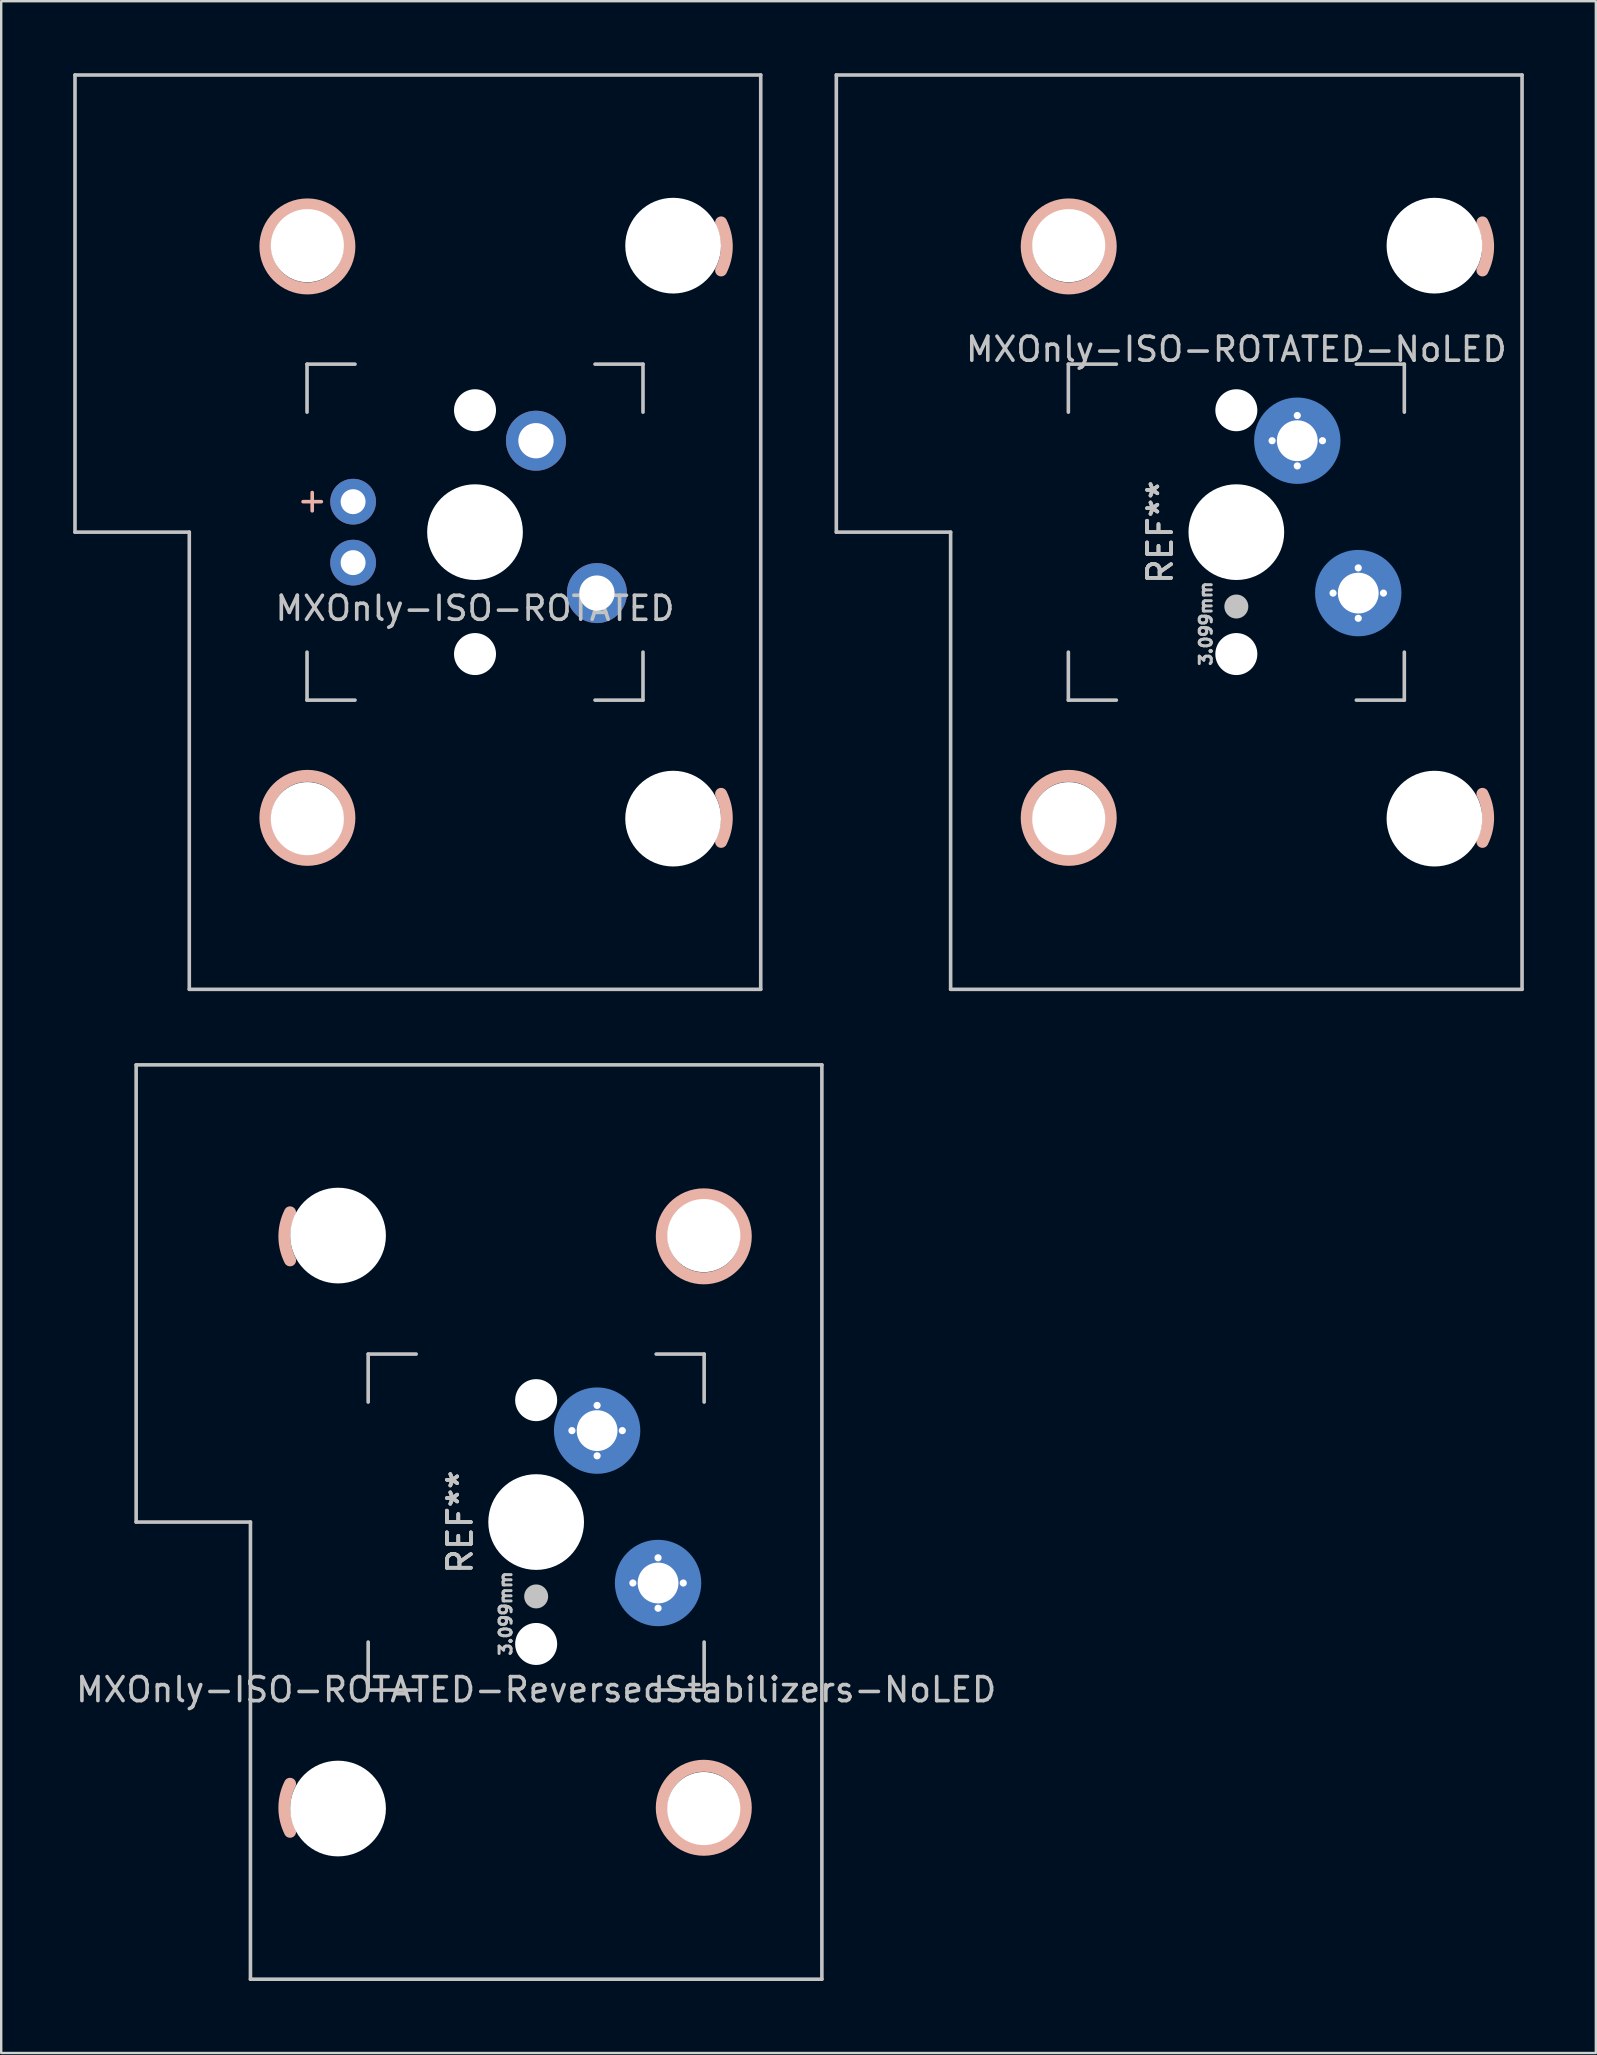
<source format=kicad_pcb>
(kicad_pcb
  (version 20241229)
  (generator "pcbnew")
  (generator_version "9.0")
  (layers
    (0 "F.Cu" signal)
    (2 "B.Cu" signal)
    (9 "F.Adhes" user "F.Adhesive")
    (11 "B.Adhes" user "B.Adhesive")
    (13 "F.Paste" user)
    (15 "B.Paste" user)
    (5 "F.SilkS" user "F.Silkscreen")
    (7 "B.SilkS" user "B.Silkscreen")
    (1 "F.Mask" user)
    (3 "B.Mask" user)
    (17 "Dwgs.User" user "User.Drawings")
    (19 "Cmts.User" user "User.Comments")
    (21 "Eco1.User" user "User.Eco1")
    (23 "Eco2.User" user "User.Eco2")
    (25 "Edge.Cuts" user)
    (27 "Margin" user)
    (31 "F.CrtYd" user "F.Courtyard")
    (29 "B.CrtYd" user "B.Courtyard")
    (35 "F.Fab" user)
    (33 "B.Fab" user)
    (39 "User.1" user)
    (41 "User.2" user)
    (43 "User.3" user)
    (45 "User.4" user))
  (footprint "MXOnly-ISO-ROTATED-NoLED"
    (layer "F.Cu")
    (at 48.469 19.125)
    (property "Reference" "MXOnly-ISO-ROTATED-NoLED" (at 0 -7.62 180) (layer "Dwgs.User") (effects (font (size 1 1) (thickness 0.15))))
    (attr through_hole)
    (fp_arc (start 10.255 -12.90625) (mid 10.491068 -11.906837) (end 10.255525 -10.907301) (stroke (width 0.5) (type solid)) (layer "B.SilkS"))
    (fp_arc (start 10.255 10.90625) (mid 10.491068 11.905663) (end 10.255525 12.905199) (stroke (width 0.5) (type solid)) (layer "B.SilkS"))
    (fp_circle (center -6.985 -11.906) (end -6.985 -13.656) (stroke (width 0.5) (type solid)) (fill no) (layer "B.SilkS"))
    (fp_circle (center -6.985 11.906) (end -6.985 10.156) (stroke (width 0.5) (type solid)) (fill no) (layer "B.SilkS"))
    (fp_line (start -16.669 -19.05) (end -16.669 0) (stroke (width 0.15) (type solid)) (layer "Dwgs.User"))
    (fp_line (start -16.669 -19.05) (end 11.906 -19.05) (stroke (width 0.15) (type solid)) (layer "Dwgs.User"))
    (fp_line (start -11.906 0) (end -16.669 0) (stroke (width 0.15) (type solid)) (layer "Dwgs.User"))
    (fp_line (start -11.906 19.05) (end -11.906 0) (stroke (width 0.15) (type solid)) (layer "Dwgs.User"))
    (fp_line (start -11.906 19.05) (end 11.906 19.05) (stroke (width 0.15) (type solid)) (layer "Dwgs.User"))
    (fp_line (start -7 -7) (end -7 -5) (stroke (width 0.15) (type solid)) (layer "Dwgs.User"))
    (fp_line (start -7 5) (end -7 7) (stroke (width 0.15) (type solid)) (layer "Dwgs.User"))
    (fp_line (start -7 7) (end -5 7) (stroke (width 0.15) (type solid)) (layer "Dwgs.User"))
    (fp_line (start -5 -7) (end -7 -7) (stroke (width 0.15) (type solid)) (layer "Dwgs.User"))
    (fp_line (start 7 -7) (end 5 -7) (stroke (width 0.15) (type solid)) (layer "Dwgs.User"))
    (fp_line (start 7 -5) (end 7 -7) (stroke (width 0.15) (type solid)) (layer "Dwgs.User"))
    (fp_line (start 7 5) (end 7 7) (stroke (width 0.15) (type solid)) (layer "Dwgs.User"))
    (fp_line (start 7 7) (end 5 7) (stroke (width 0.15) (type solid)) (layer "Dwgs.User"))
    (fp_line (start 11.906 -19.05) (end 11.906 19.05) (stroke (width 0.15) (type solid)) (layer "Dwgs.User"))
    (fp_text user "REF**" (at -3.175 0 270) (layer "Dwgs.User") (effects (font (size 1 1) (thickness 0.15))))
    (fp_text user "REF**" (at -3.175 0 270) (layer "Dwgs.User") (effects (font (size 1 1) (thickness 0.15))))
    (fp_text user "3.099mm" (at -1.27 3.81 270) (layer "Dwgs.User") (effects (font (size 0.5 0.5) (thickness 0.125))))
    (fp_text user "REF**" (at -3.175 0 270) (layer "Dwgs.User") (effects (font (size 1 1) (thickness 0.15))))
    (pad "" np_thru_hole circle (at -6.985 -11.938 180) (size 3.048 3.048) (drill 3.048) (layers "*.Cu" "*.Mask"))
    (pad "" np_thru_hole circle (at -6.985 11.938 180) (size 3.048 3.048) (drill 3.048) (layers "*.Cu" "*.Mask"))
    (pad "" np_thru_hole circle (at 0 -5.08 318.1) (size 1.75 1.75) (drill 1.75) (layers "*.Cu" "*.Mask"))
    (pad "" np_thru_hole circle (at 0 0 270) (size 3.988 3.988) (drill 3.988) (layers "*.Cu" "*.Mask"))
    (pad "" smd circle (at 0 3.099 270) (size 1 1) (layers "Dwgs.User"))
    (pad "" np_thru_hole circle (at 0 5.08 318.1) (size 1.75 1.75) (drill 1.75) (layers "*.Cu" "*.Mask"))
    (pad "" smd circle (at 2.54 -3.81 270) (size 3.2 3.2) (layers "B.Mask"))
    (pad "" smd circle (at 5.08 2.54 270) (size 3.2 3.2) (layers "B.Mask"))
    (pad "" np_thru_hole circle (at 8.255 -11.938 180) (size 3.988 3.988) (drill 3.988) (layers "*.Cu" "*.Mask"))
    (pad "" np_thru_hole circle (at 8.255 11.938 180) (size 3.988 3.988) (drill 3.988) (layers "*.Cu" "*.Mask"))
    (pad "1" thru_hole circle (at 1.49 -3.81 90) (size 0.4 0.4) (drill 0.3) (layers "*.Cu" "B.Mask"))
    (pad "1" thru_hole circle (at 2.54 -4.86) (size 0.4 0.4) (drill 0.3) (layers "*.Cu" "B.Mask"))
    (pad "1" thru_hole circle (at 2.54 -3.81 270) (size 2.5 2.5) (drill 1.7) (layers "*.Cu"))
    (pad "1" connect circle (at 2.54 -3.81 270) (size 3.6 3.6) (layers "B.Cu"))
    (pad "1" thru_hole circle (at 2.54 -2.76 180) (size 0.4 0.4) (drill 0.3) (layers "*.Cu" "B.Mask"))
    (pad "1" thru_hole circle (at 3.59 -3.81 270) (size 0.4 0.4) (drill 0.3) (layers "*.Cu" "B.Mask"))
    (pad "2" thru_hole circle (at 4.03 2.54 90) (size 0.4 0.4) (drill 0.3) (layers "*.Cu" "B.Mask"))
    (pad "2" thru_hole circle (at 5.08 1.49) (size 0.4 0.4) (drill 0.3) (layers "*.Cu" "B.Mask"))
    (pad "2" thru_hole circle (at 5.08 2.54 270) (size 2.5 2.5) (drill 1.7) (layers "*.Cu"))
    (pad "2" connect circle (at 5.08 2.54 270) (size 3.6 3.6) (layers "B.Cu"))
    (pad "2" thru_hole circle (at 5.08 3.59 180) (size 0.4 0.4) (drill 0.3) (layers "*.Cu" "B.Mask"))
    (pad "2" thru_hole circle (at 6.13 2.54 270) (size 0.4 0.4) (drill 0.3) (layers "*.Cu" "B.Mask")))
  (footprint "MXOnly-ISO-ROTATED-ReversedStabilizers-NoLED"
    (layer "F.Cu")
    (at 19.292 60.375)
    (property "Reference" "MXOnly-ISO-ROTATED-ReversedStabilizers-NoLED" (at 0 6.985 0) (layer "Dwgs.User") (effects (font (size 1 1) (thickness 0.15))))
    (attr through_hole)
    (fp_arc (start -10.255 -10.90625) (mid -10.491068 -11.905663) (end -10.255525 -12.905199) (stroke (width 0.5) (type solid)) (layer "B.SilkS"))
    (fp_arc (start -10.255 12.90625) (mid -10.491068 11.906837) (end -10.255525 10.907301) (stroke (width 0.5) (type solid)) (layer "B.SilkS"))
    (fp_circle (center 6.985 -11.906) (end 6.985 -10.156) (stroke (width 0.5) (type solid)) (fill no) (layer "B.SilkS"))
    (fp_circle (center 6.985 11.906) (end 6.985 13.656) (stroke (width 0.5) (type solid)) (fill no) (layer "B.SilkS"))
    (fp_line (start -16.669 -19.05) (end -16.669 0) (stroke (width 0.15) (type solid)) (layer "Dwgs.User"))
    (fp_line (start -16.669 -19.05) (end 11.906 -19.05) (stroke (width 0.15) (type solid)) (layer "Dwgs.User"))
    (fp_line (start -11.906 0) (end -16.669 0) (stroke (width 0.15) (type solid)) (layer "Dwgs.User"))
    (fp_line (start -11.906 19.05) (end -11.906 0) (stroke (width 0.15) (type solid)) (layer "Dwgs.User"))
    (fp_line (start -11.906 19.05) (end 11.906 19.05) (stroke (width 0.15) (type solid)) (layer "Dwgs.User"))
    (fp_line (start -7 -7) (end -7 -5) (stroke (width 0.15) (type solid)) (layer "Dwgs.User"))
    (fp_line (start -7 5) (end -7 7) (stroke (width 0.15) (type solid)) (layer "Dwgs.User"))
    (fp_line (start -7 7) (end -5 7) (stroke (width 0.15) (type solid)) (layer "Dwgs.User"))
    (fp_line (start -5 -7) (end -7 -7) (stroke (width 0.15) (type solid)) (layer "Dwgs.User"))
    (fp_line (start 7 -7) (end 5 -7) (stroke (width 0.15) (type solid)) (layer "Dwgs.User"))
    (fp_line (start 7 -5) (end 7 -7) (stroke (width 0.15) (type solid)) (layer "Dwgs.User"))
    (fp_line (start 7 5) (end 7 7) (stroke (width 0.15) (type solid)) (layer "Dwgs.User"))
    (fp_line (start 7 7) (end 5 7) (stroke (width 0.15) (type solid)) (layer "Dwgs.User"))
    (fp_line (start 11.906 -19.05) (end 11.906 19.05) (stroke (width 0.15) (type solid)) (layer "Dwgs.User"))
    (fp_text user "REF**" (at -3.175 0 270) (layer "Dwgs.User") (effects (font (size 1 1) (thickness 0.15))))
    (fp_text user "REF**" (at -3.175 0 270) (layer "Dwgs.User") (effects (font (size 1 1) (thickness 0.15))))
    (fp_text user "REF**" (at -3.175 0 270) (layer "Dwgs.User") (effects (font (size 1 1) (thickness 0.15))))
    (fp_text user "3.099mm" (at -1.27 3.81 270) (layer "Dwgs.User") (effects (font (size 0.5 0.5) (thickness 0.125))))
    (pad "" np_thru_hole circle (at -8.255 -11.938) (size 3.988 3.988) (drill 3.988) (layers "*.Cu" "*.Mask"))
    (pad "" np_thru_hole circle (at -8.255 11.938) (size 3.988 3.988) (drill 3.988) (layers "*.Cu" "*.Mask"))
    (pad "" np_thru_hole circle (at 0 -5.08 318.1) (size 1.75 1.75) (drill 1.75) (layers "*.Cu" "*.Mask"))
    (pad "" np_thru_hole circle (at 0 0 270) (size 3.988 3.988) (drill 3.988) (layers "*.Cu" "*.Mask"))
    (pad "" smd circle (at 0 3.099 270) (size 1 1) (layers "Dwgs.User"))
    (pad "" np_thru_hole circle (at 0 5.08 318.1) (size 1.75 1.75) (drill 1.75) (layers "*.Cu" "*.Mask"))
    (pad "" smd circle (at 2.54 -3.81 270) (size 3.2 3.2) (layers "B.Mask"))
    (pad "" smd circle (at 5.08 2.54 270) (size 3.2 3.2) (layers "B.Mask"))
    (pad "" np_thru_hole circle (at 6.985 -11.938) (size 3.048 3.048) (drill 3.048) (layers "*.Cu" "*.Mask"))
    (pad "" np_thru_hole circle (at 6.985 11.938) (size 3.048 3.048) (drill 3.048) (layers "*.Cu" "*.Mask"))
    (pad "1" thru_hole circle (at 1.49 -3.81 90) (size 0.4 0.4) (drill 0.3) (layers "*.Cu" "B.Mask"))
    (pad "1" thru_hole circle (at 2.54 -4.86) (size 0.4 0.4) (drill 0.3) (layers "*.Cu" "B.Mask"))
    (pad "1" thru_hole circle (at 2.54 -3.81 270) (size 2.5 2.5) (drill 1.7) (layers "*.Cu"))
    (pad "1" connect circle (at 2.54 -3.81 270) (size 3.6 3.6) (layers "B.Cu"))
    (pad "1" thru_hole circle (at 2.54 -2.76 180) (size 0.4 0.4) (drill 0.3) (layers "*.Cu" "B.Mask"))
    (pad "1" thru_hole circle (at 3.59 -3.81 270) (size 0.4 0.4) (drill 0.3) (layers "*.Cu" "B.Mask"))
    (pad "2" thru_hole circle (at 4.03 2.54 90) (size 0.4 0.4) (drill 0.3) (layers "*.Cu" "B.Mask"))
    (pad "2" thru_hole circle (at 5.08 1.49) (size 0.4 0.4) (drill 0.3) (layers "*.Cu" "B.Mask"))
    (pad "2" thru_hole circle (at 5.08 2.54 270) (size 2.5 2.5) (drill 1.7) (layers "*.Cu"))
    (pad "2" connect circle (at 5.08 2.54 270) (size 3.6 3.6) (layers "B.Cu"))
    (pad "2" thru_hole circle (at 5.08 3.59 180) (size 0.4 0.4) (drill 0.3) (layers "*.Cu" "B.Mask"))
    (pad "2" thru_hole circle (at 6.13 2.54 270) (size 0.4 0.4) (drill 0.3) (layers "*.Cu" "B.Mask")))
  (footprint "MXOnly-ISO-ROTATED"
    (layer "F.Cu")
    (at 16.744 19.125)
    (property "Reference" "MXOnly-ISO-ROTATED" (at 0 3.175 0) (layer "Dwgs.User") (effects (font (size 1 1) (thickness 0.15))))
    (attr through_hole)
    (fp_arc (start 10.255 -12.90625) (mid 10.491068 -11.906837) (end 10.255525 -10.907301) (stroke (width 0.5) (type solid)) (layer "B.SilkS"))
    (fp_arc (start 10.255 10.90625) (mid 10.491068 11.905663) (end 10.255525 12.905199) (stroke (width 0.5) (type solid)) (layer "B.SilkS"))
    (fp_circle (center -6.985 -11.906) (end -6.985 -13.656) (stroke (width 0.5) (type solid)) (fill no) (layer "B.SilkS"))
    (fp_circle (center -6.985 11.906) (end -6.985 10.156) (stroke (width 0.5) (type solid)) (fill no) (layer "B.SilkS"))
    (fp_line (start -16.669 -19.05) (end -16.669 0) (stroke (width 0.15) (type solid)) (layer "Dwgs.User"))
    (fp_line (start -16.669 -19.05) (end 11.906 -19.05) (stroke (width 0.15) (type solid)) (layer "Dwgs.User"))
    (fp_line (start -11.906 0) (end -16.669 0) (stroke (width 0.15) (type solid)) (layer "Dwgs.User"))
    (fp_line (start -11.906 19.05) (end -11.906 0) (stroke (width 0.15) (type solid)) (layer "Dwgs.User"))
    (fp_line (start -11.906 19.05) (end 11.906 19.05) (stroke (width 0.15) (type solid)) (layer "Dwgs.User"))
    (fp_line (start -7 -7) (end -7 -5) (stroke (width 0.15) (type solid)) (layer "Dwgs.User"))
    (fp_line (start -7 5) (end -7 7) (stroke (width 0.15) (type solid)) (layer "Dwgs.User"))
    (fp_line (start -7 7) (end -5 7) (stroke (width 0.15) (type solid)) (layer "Dwgs.User"))
    (fp_line (start -5 -7) (end -7 -7) (stroke (width 0.15) (type solid)) (layer "Dwgs.User"))
    (fp_line (start 5 -7) (end 7 -7) (stroke (width 0.15) (type solid)) (layer "Dwgs.User"))
    (fp_line (start 5 7) (end 7 7) (stroke (width 0.15) (type solid)) (layer "Dwgs.User"))
    (fp_line (start 7 -7) (end 7 -5) (stroke (width 0.15) (type solid)) (layer "Dwgs.User"))
    (fp_line (start 7 7) (end 7 5) (stroke (width 0.15) (type solid)) (layer "Dwgs.User"))
    (fp_line (start 11.906 -19.05) (end 11.906 19.05) (stroke (width 0.15) (type solid)) (layer "Dwgs.User"))
    (fp_text user "+" (at -6.858 -1.27 270) (layer "B.SilkS") (effects (font (size 1 1) (thickness 0.15))))
    (pad "" np_thru_hole circle (at -6.985 -11.938) (size 3.048 3.048) (drill 3.048) (layers "*.Cu" "*.Mask"))
    (pad "" np_thru_hole circle (at -6.985 11.938) (size 3.048 3.048) (drill 3.048) (layers "*.Cu" "*.Mask"))
    (pad "" np_thru_hole circle (at 0 -5.08 48.1) (size 1.75 1.75) (drill 1.75) (layers "*.Cu" "*.Mask"))
    (pad "" np_thru_hole circle (at 0 0) (size 3.988 3.988) (drill 3.988) (layers "*.Cu" "*.Mask"))
    (pad "" np_thru_hole circle (at 0 5.08 48.1) (size 1.75 1.75) (drill 1.75) (layers "*.Cu" "*.Mask"))
    (pad "" np_thru_hole circle (at 8.255 -11.938) (size 3.988 3.988) (drill 3.988) (layers "*.Cu" "*.Mask"))
    (pad "" np_thru_hole circle (at 8.255 11.938) (size 3.988 3.988) (drill 3.988) (layers "*.Cu" "*.Mask"))
    (pad "1" thru_hole circle (at 2.54 -3.81) (size 2.5 2.5) (drill 1.47) (layers "*.Cu" "*.Mask"))
    (pad "2" thru_hole circle (at 5.08 2.54) (size 2.5 2.5) (drill 1.47) (layers "*.Cu" "*.Mask"))
    (pad "3" thru_hole circle (at -5.08 -1.27) (size 1.905 1.905) (drill 1.04) (layers "*.Cu" "*.Mask"))
    (pad "4" thru_hole circle (at -5.08 1.27) (size 1.905 1.905) (drill 1.04) (layers "*.Cu" "*.Mask")))
  (gr_rect
    (start -3 -3)
    (end 63.45 82.5)
    (stroke (width 0.1) (type default))
    (fill no)
    (layer "Edge.Cuts")))
</source>
